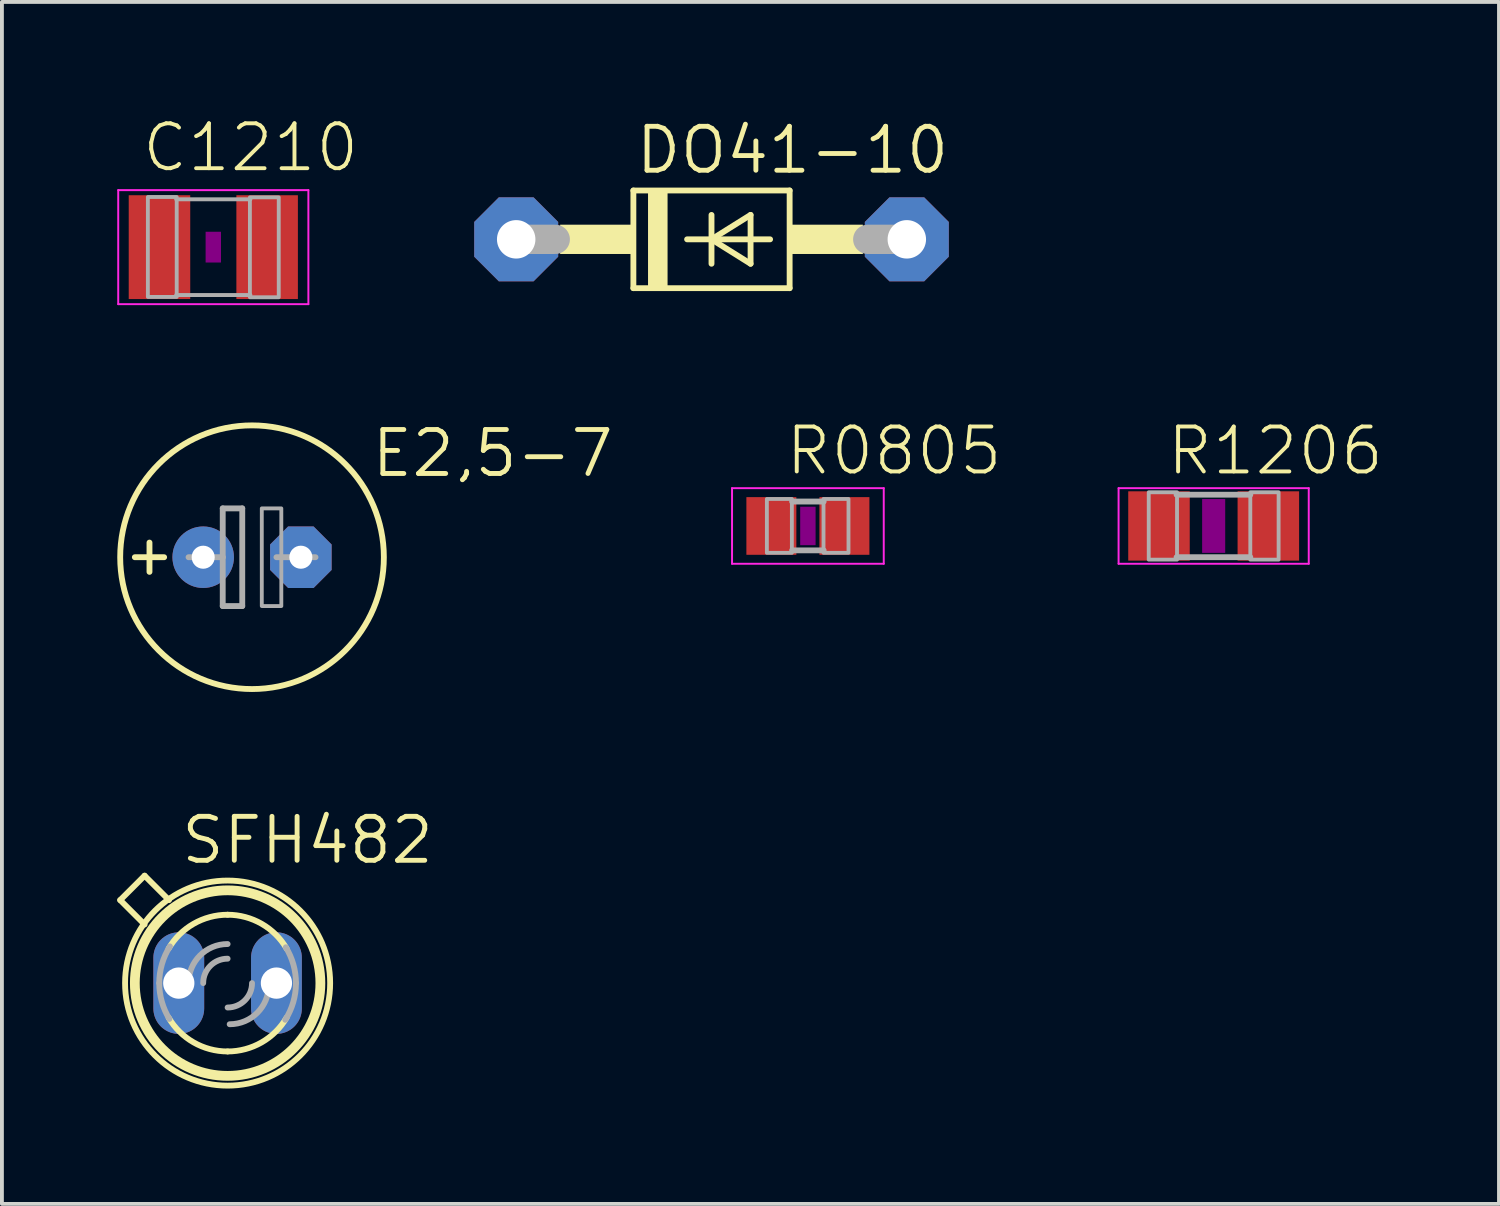
<source format=kicad_pcb>
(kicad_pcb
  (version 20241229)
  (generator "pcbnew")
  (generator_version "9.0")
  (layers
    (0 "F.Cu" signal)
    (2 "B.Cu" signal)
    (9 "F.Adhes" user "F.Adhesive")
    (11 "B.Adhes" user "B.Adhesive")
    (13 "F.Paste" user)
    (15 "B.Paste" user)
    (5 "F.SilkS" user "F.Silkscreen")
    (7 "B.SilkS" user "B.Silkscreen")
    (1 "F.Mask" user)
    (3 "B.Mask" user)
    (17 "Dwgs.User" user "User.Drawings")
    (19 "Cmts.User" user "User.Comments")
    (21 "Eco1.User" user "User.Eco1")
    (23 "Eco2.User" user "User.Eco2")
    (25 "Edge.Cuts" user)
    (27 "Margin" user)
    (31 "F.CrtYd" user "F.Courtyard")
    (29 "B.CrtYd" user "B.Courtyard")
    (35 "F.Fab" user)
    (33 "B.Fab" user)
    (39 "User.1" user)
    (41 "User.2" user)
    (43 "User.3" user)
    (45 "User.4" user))
  (footprint "C1210"
    (layer "F.Cu")
    (at 2.498 3.378)
    (property "Reference" "C1210" (at -1.905 -1.905 0) (layer "F.SilkS") (effects (font (size 1.168 1.168) (thickness 0.102)) (justify left bottom)))
    (fp_poly (pts (xy -0.2 0.4) (xy 0.2 0.4) (xy 0.2 -0.4) (xy -0.2 -0.4)) (stroke (width 0) (type solid)) (fill yes) (layer "F.Adhes"))
    (fp_line (start -2.473 -1.483) (end 2.473 -1.483) (stroke (width 0.051) (type solid)) (layer "F.CrtYd"))
    (fp_line (start -2.473 1.483) (end -2.473 -1.483) (stroke (width 0.051) (type solid)) (layer "F.CrtYd"))
    (fp_line (start 2.473 -1.483) (end 2.473 1.483) (stroke (width 0.051) (type solid)) (layer "F.CrtYd"))
    (fp_line (start 2.473 1.483) (end -2.473 1.483) (stroke (width 0.051) (type solid)) (layer "F.CrtYd"))
    (fp_line (start -0.965 -1.245) (end 0.965 -1.245) (stroke (width 0.102) (type solid)) (layer "F.Fab"))
    (fp_line (start -0.965 1.245) (end 0.965 1.245) (stroke (width 0.102) (type solid)) (layer "F.Fab"))
    (fp_poly (pts (xy -1.702 1.295) (xy -0.952 1.295) (xy -0.952 -1.304) (xy -1.702 -1.304)) (stroke (width 0.1) (type solid)) (fill no) (layer "F.Fab"))
    (fp_poly (pts (xy 0.952 1.304) (xy 1.702 1.304) (xy 1.702 -1.295) (xy 0.952 -1.295)) (stroke (width 0.1) (type solid)) (fill no) (layer "F.Fab"))
    (pad "1" smd rect (at -1.4 0) (size 1.6 2.7) (layers "F.Cu" "F.Mask" "F.Paste"))
    (pad "2" smd rect (at 1.4 0) (size 1.6 2.7) (layers "F.Cu" "F.Mask" "F.Paste")))
  (footprint "DO41-10"
    (layer "F.Cu")
    (at 15.456 3.175)
    (property "Reference" "DO41-10" (at -2.032 -1.651 0) (layer "F.SilkS") (effects (font (size 1.143 1.143) (thickness 0.127)) (justify left bottom)))
    (fp_line (start -2.032 -1.27) (end -2.032 1.27) (stroke (width 0.152) (type solid)) (layer "F.SilkS"))
    (fp_line (start -2.032 -1.27) (end 2.032 -1.27) (stroke (width 0.152) (type solid)) (layer "F.SilkS"))
    (fp_line (start -0.635 0) (end 0 0) (stroke (width 0.152) (type solid)) (layer "F.SilkS"))
    (fp_line (start 0 -0.635) (end 0 0) (stroke (width 0.152) (type solid)) (layer "F.SilkS"))
    (fp_line (start 0 0) (end 0 0.635) (stroke (width 0.152) (type solid)) (layer "F.SilkS"))
    (fp_line (start 0 0) (end 1.016 -0.635) (stroke (width 0.152) (type solid)) (layer "F.SilkS"))
    (fp_line (start 0 0) (end 1.524 0) (stroke (width 0.152) (type solid)) (layer "F.SilkS"))
    (fp_line (start 1.016 -0.635) (end 1.016 0.635) (stroke (width 0.152) (type solid)) (layer "F.SilkS"))
    (fp_line (start 1.016 0.635) (end 0 0) (stroke (width 0.152) (type solid)) (layer "F.SilkS"))
    (fp_line (start 2.032 1.27) (end -2.032 1.27) (stroke (width 0.152) (type solid)) (layer "F.SilkS"))
    (fp_line (start 2.032 1.27) (end 2.032 -1.27) (stroke (width 0.152) (type solid)) (layer "F.SilkS"))
    (fp_poly (pts (xy -3.937 0.381) (xy -2.032 0.381) (xy -2.032 -0.381) (xy -3.937 -0.381)) (stroke (width 0) (type solid)) (fill yes) (layer "F.SilkS"))
    (fp_poly (pts (xy -1.651 1.27) (xy -1.143 1.27) (xy -1.143 -1.27) (xy -1.651 -1.27)) (stroke (width 0) (type solid)) (fill yes) (layer "F.SilkS"))
    (fp_poly (pts (xy 2.032 0.381) (xy 3.937 0.381) (xy 3.937 -0.381) (xy 2.032 -0.381)) (stroke (width 0) (type solid)) (fill yes) (layer "F.SilkS"))
    (fp_line (start -5.08 0) (end -4.064 0) (stroke (width 0.762) (type solid)) (layer "F.Fab"))
    (fp_line (start 5.08 0) (end 4.064 0) (stroke (width 0.762) (type solid)) (layer "F.Fab"))
    (pad "A" thru_hole roundrect (at 5.08 0) (size 2.184 2.184) (drill 1) (layers "*.Cu" "*.Mask") (roundrect_rratio 0.25) (chamfer_ratio 0.293) (chamfer top_left top_right bottom_left bottom_right))
    (pad "C" thru_hole roundrect (at -5.08 0) (size 2.184 2.184) (drill 1) (layers "*.Cu" "*.Mask") (roundrect_rratio 0.25) (chamfer_ratio 0.293) (chamfer top_left top_right bottom_left bottom_right)))
  (footprint "R1206"
    (layer "F.Cu")
    (at 28.517 10.63)
    (property "Reference" "R1206" (at -1.27 -1.27 0) (layer "F.SilkS") (effects (font (size 1.168 1.168) (thickness 0.102)) (justify left bottom)))
    (fp_poly (pts (xy -0.3 0.7) (xy 0.3 0.7) (xy 0.3 -0.7) (xy -0.3 -0.7)) (stroke (width 0) (type solid)) (fill yes) (layer "F.Adhes"))
    (fp_line (start -2.473 -0.983) (end 2.473 -0.983) (stroke (width 0.051) (type solid)) (layer "F.CrtYd"))
    (fp_line (start -2.473 0.983) (end -2.473 -0.983) (stroke (width 0.051) (type solid)) (layer "F.CrtYd"))
    (fp_line (start 2.473 -0.983) (end 2.473 0.983) (stroke (width 0.051) (type solid)) (layer "F.CrtYd"))
    (fp_line (start 2.473 0.983) (end -2.473 0.983) (stroke (width 0.051) (type solid)) (layer "F.CrtYd"))
    (fp_line (start 0.953 -0.813) (end -0.965 -0.813) (stroke (width 0.152) (type solid)) (layer "F.Fab"))
    (fp_line (start 0.953 0.813) (end -0.965 0.813) (stroke (width 0.152) (type solid)) (layer "F.Fab"))
    (fp_poly (pts (xy -1.689 0.876) (xy -0.953 0.876) (xy -0.953 -0.876) (xy -1.689 -0.876)) (stroke (width 0.1) (type solid)) (fill no) (layer "F.Fab"))
    (fp_poly (pts (xy 0.953 0.876) (xy 1.689 0.876) (xy 1.689 -0.876) (xy 0.953 -0.876)) (stroke (width 0.1) (type solid)) (fill no) (layer "F.Fab"))
    (pad "1" smd rect (at -1.422 0) (size 1.6 1.803) (layers "F.Cu" "F.Mask" "F.Paste"))
    (pad "2" smd rect (at 1.422 0) (size 1.6 1.803) (layers "F.Cu" "F.Mask" "F.Paste")))
  (footprint "E2,5-7"
    (layer "F.Cu")
    (at 3.505 11.443)
    (property "Reference" "E2,5-7" (at 3.048 -2.032 0) (layer "F.SilkS") (effects (font (size 1.143 1.143) (thickness 0.127)) (justify left bottom)))
    (fp_line (start -3.048 0) (end -2.286 0) (stroke (width 0.152) (type solid)) (layer "F.SilkS"))
    (fp_line (start -2.667 0.381) (end -2.667 -0.381) (stroke (width 0.152) (type solid)) (layer "F.SilkS"))
    (fp_circle (center 0 0) (end 3.429 0) (stroke (width 0.152) (type solid)) (fill no) (layer "F.SilkS"))
    (fp_line (start -1.651 0) (end -0.762 0) (stroke (width 0.152) (type solid)) (layer "F.Fab"))
    (fp_line (start -0.762 -1.27) (end -0.762 0) (stroke (width 0.152) (type solid)) (layer "F.Fab"))
    (fp_line (start -0.762 0) (end -0.762 1.27) (stroke (width 0.152) (type solid)) (layer "F.Fab"))
    (fp_line (start -0.762 1.27) (end -0.254 1.27) (stroke (width 0.152) (type solid)) (layer "F.Fab"))
    (fp_line (start -0.254 -1.27) (end -0.762 -1.27) (stroke (width 0.152) (type solid)) (layer "F.Fab"))
    (fp_line (start -0.254 1.27) (end -0.254 -1.27) (stroke (width 0.152) (type solid)) (layer "F.Fab"))
    (fp_line (start 0.635 0) (end 1.651 0) (stroke (width 0.152) (type solid)) (layer "F.Fab"))
    (fp_poly (pts (xy 0.254 1.27) (xy 0.762 1.27) (xy 0.762 -1.27) (xy 0.254 -1.27)) (stroke (width 0.1) (type solid)) (fill no) (layer "F.Fab"))
    (pad "+" thru_hole circle (at -1.27 0) (size 1.6 1.6) (drill 0.6) (layers "*.Cu" "*.Mask"))
    (pad "-" thru_hole roundrect (at 1.27 0) (size 1.6 1.6) (drill 0.6) (layers "*.Cu" "*.Mask") (roundrect_rratio 0.25) (chamfer_ratio 0.293) (chamfer top_left top_right bottom_left bottom_right)))
  (footprint "R0805"
    (layer "F.Cu")
    (at 17.963 10.63)
    (property "Reference" "R0805" (at -0.635 -1.27 0) (layer "F.SilkS") (effects (font (size 1.168 1.168) (thickness 0.102)) (justify left bottom)))
    (fp_poly (pts (xy -0.2 0.5) (xy 0.2 0.5) (xy 0.2 -0.5) (xy -0.2 -0.5)) (stroke (width 0) (type solid)) (fill yes) (layer "F.Adhes"))
    (fp_line (start -1.973 -0.983) (end 1.973 -0.983) (stroke (width 0.051) (type solid)) (layer "F.CrtYd"))
    (fp_line (start -1.973 0.983) (end -1.973 -0.983) (stroke (width 0.051) (type solid)) (layer "F.CrtYd"))
    (fp_line (start 1.973 -0.983) (end 1.973 0.983) (stroke (width 0.051) (type solid)) (layer "F.CrtYd"))
    (fp_line (start 1.973 0.983) (end -1.973 0.983) (stroke (width 0.051) (type solid)) (layer "F.CrtYd"))
    (fp_line (start -0.41 -0.635) (end 0.41 -0.635) (stroke (width 0.152) (type solid)) (layer "F.Fab"))
    (fp_line (start -0.41 0.635) (end 0.41 0.635) (stroke (width 0.152) (type solid)) (layer "F.Fab"))
    (fp_poly (pts (xy -1.067 0.699) (xy -0.417 0.699) (xy -0.417 -0.702) (xy -1.067 -0.702)) (stroke (width 0.1) (type solid)) (fill no) (layer "F.Fab"))
    (fp_poly (pts (xy 0.406 0.699) (xy 1.056 0.699) (xy 1.056 -0.702) (xy 0.406 -0.702)) (stroke (width 0.1) (type solid)) (fill no) (layer "F.Fab"))
    (pad "1" smd rect (at -0.95 0) (size 1.3 1.5) (layers "F.Cu" "F.Mask" "F.Paste"))
    (pad "2" smd rect (at 0.95 0) (size 1.3 1.5) (layers "F.Cu" "F.Mask" "F.Paste")))
  (footprint "SFH482"
    (layer "F.Cu")
    (at 2.87 22.52)
    (property "Reference" "SFH482" (at -1.27 -3.048 0) (layer "F.SilkS") (effects (font (size 1.143 1.143) (thickness 0.127)) (justify left bottom)))
    (fp_line (start -2.794 -2.159) (end -2.159 -2.794) (stroke (width 0.152) (type solid)) (layer "F.SilkS"))
    (fp_line (start -2.159 -1.524) (end -2.794 -2.159) (stroke (width 0.152) (type solid)) (layer "F.SilkS"))
    (fp_line (start -1.524 -2.159) (end -2.159 -2.794) (stroke (width 0.152) (type solid)) (layer "F.SilkS"))
    (fp_arc (start -1.5358 -0.8959) (mid -0.88555 -1.541787) (end 0 -1.778) (stroke (width 0.1524) (type solid)) (layer "F.SilkS"))
    (fp_arc (start 0 -1.778) (mid 0.88555 -1.541786) (end 1.5358 -0.8959) (stroke (width 0.1524) (type solid)) (layer "F.SilkS"))
    (fp_arc (start 0 1.778) (mid -0.88555 1.541786) (end -1.5358 0.8959) (stroke (width 0.1524) (type solid)) (layer "F.SilkS"))
    (fp_arc (start 1.5358 0.8959) (mid 0.88555 1.541787) (end 0 1.778) (stroke (width 0.1524) (type solid)) (layer "F.SilkS"))
    (fp_circle (center 0 0) (end 2.413 0) (stroke (width 0.254) (type solid)) (fill no) (layer "F.SilkS"))
    (fp_circle (center 0 0) (end 2.667 0) (stroke (width 0.152) (type solid)) (fill no) (layer "F.SilkS"))
    (fp_arc (start -1.778 0) (mid -1.707084 -0.497127) (end -1.500001 -0.9546) (stroke (width 0.1524) (type solid)) (layer "F.Fab"))
    (fp_arc (start -1.5142 0.9318) (mid -1.710762 0.484206) (end -1.778 0) (stroke (width 0.1524) (type solid)) (layer "F.Fab"))
    (fp_arc (start -1.016 0) (mid -0.71842 -0.71842) (end 0 -1.016) (stroke (width 0.1524) (type solid)) (layer "F.Fab"))
    (fp_arc (start -0.635 0) (mid -0.449013 -0.449013) (end 0 -0.635) (stroke (width 0.1524) (type solid)) (layer "F.Fab"))
    (fp_arc (start 0.635 0) (mid 0.449013 0.449013) (end 0 0.635) (stroke (width 0.1524) (type solid)) (layer "F.Fab"))
    (fp_arc (start 1.0699 0.053898) (mid 0.772321 0.772319) (end 0.0539 1.0699) (stroke (width 0.1524) (type solid)) (layer "F.Fab"))
    (fp_arc (start 1.5142 -0.9318) (mid 1.710762 -0.484206) (end 1.778 0) (stroke (width 0.1524) (type solid)) (layer "F.Fab"))
    (fp_arc (start 1.777999 0) (mid 1.707083 0.497127) (end 1.5 0.9546) (stroke (width 0.1524) (type solid)) (layer "F.Fab"))
    (pad "A" thru_hole oval (at -1.27 0 90) (size 2.642 1.321) (drill 0.813) (layers "*.Cu" "*.Mask"))
    (pad "K" thru_hole oval (at 1.27 0 90) (size 2.642 1.321) (drill 0.813) (layers "*.Cu" "*.Mask")))
  (gr_rect
    (start -3 -3)
    (end 35.938 28.263)
    (stroke (width 0.1) (type default))
    (fill no)
    (layer "Edge.Cuts")))
</source>
